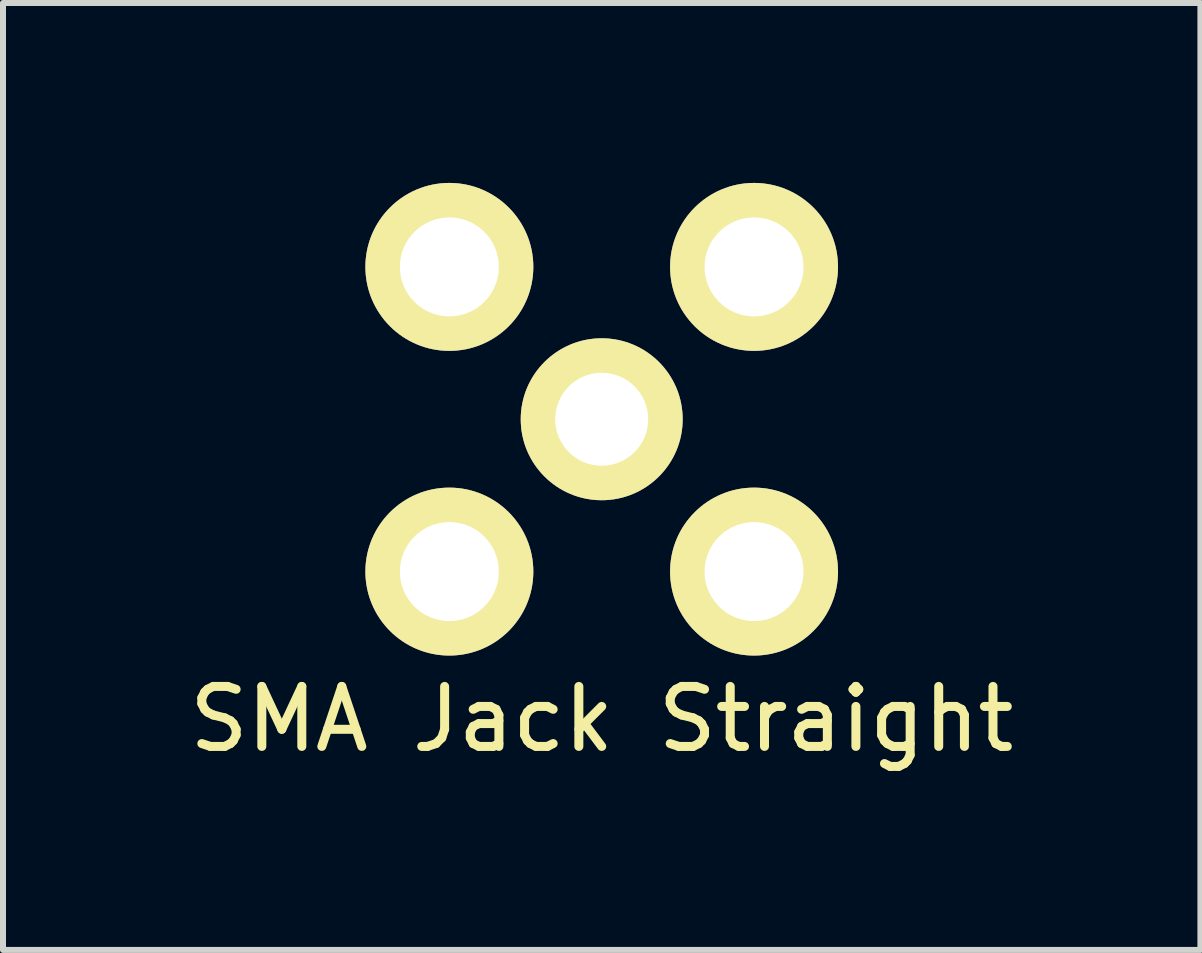
<source format=kicad_pcb>
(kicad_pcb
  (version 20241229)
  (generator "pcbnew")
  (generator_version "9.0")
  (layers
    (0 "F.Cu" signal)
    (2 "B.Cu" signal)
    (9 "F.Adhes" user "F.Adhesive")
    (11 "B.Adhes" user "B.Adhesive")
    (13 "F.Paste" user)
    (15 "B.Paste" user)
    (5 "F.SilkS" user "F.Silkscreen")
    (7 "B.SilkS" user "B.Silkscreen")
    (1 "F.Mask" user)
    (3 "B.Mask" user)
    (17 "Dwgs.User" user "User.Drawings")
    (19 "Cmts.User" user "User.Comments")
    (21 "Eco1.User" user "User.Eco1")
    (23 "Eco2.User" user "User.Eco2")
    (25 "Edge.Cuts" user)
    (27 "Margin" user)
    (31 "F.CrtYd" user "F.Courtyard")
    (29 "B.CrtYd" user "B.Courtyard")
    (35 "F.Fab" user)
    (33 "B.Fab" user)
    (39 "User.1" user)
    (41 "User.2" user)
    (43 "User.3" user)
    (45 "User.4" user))
  (footprint "SMA Jack Straight"
    (layer "F.Cu")
    (at 6.982 3.94)
    (property "Reference" "SMA Jack Straight" (at 0 5 0) (layer "F.SilkS") (effects (font (size 1 1) (thickness 0.15))))
    (attr through_hole)
    (pad "" thru_hole circle (at -2.54 -2.54) (size 2.8 2.8) (drill 1.65) (layers "*.Cu" "*.Mask" "F.SilkS"))
    (pad "" thru_hole circle (at -2.54 2.54) (size 2.8 2.8) (drill 1.65) (layers "*.Cu" "*.Mask" "F.SilkS"))
    (pad "" thru_hole circle (at 0 0) (size 2.7 2.7) (drill 1.55) (layers "*.Cu" "*.Mask" "F.SilkS"))
    (pad "" thru_hole circle (at 2.54 -2.54) (size 2.8 2.8) (drill 1.65) (layers "*.Cu" "*.Mask" "F.SilkS"))
    (pad "" thru_hole circle (at 2.54 2.54) (size 2.8 2.8) (drill 1.65) (layers "*.Cu" "*.Mask" "F.SilkS")))
  (gr_rect
    (start -3 -3)
    (end 16.964 12.788)
    (stroke (width 0.1) (type default))
    (fill no)
    (layer "Edge.Cuts")))
</source>
